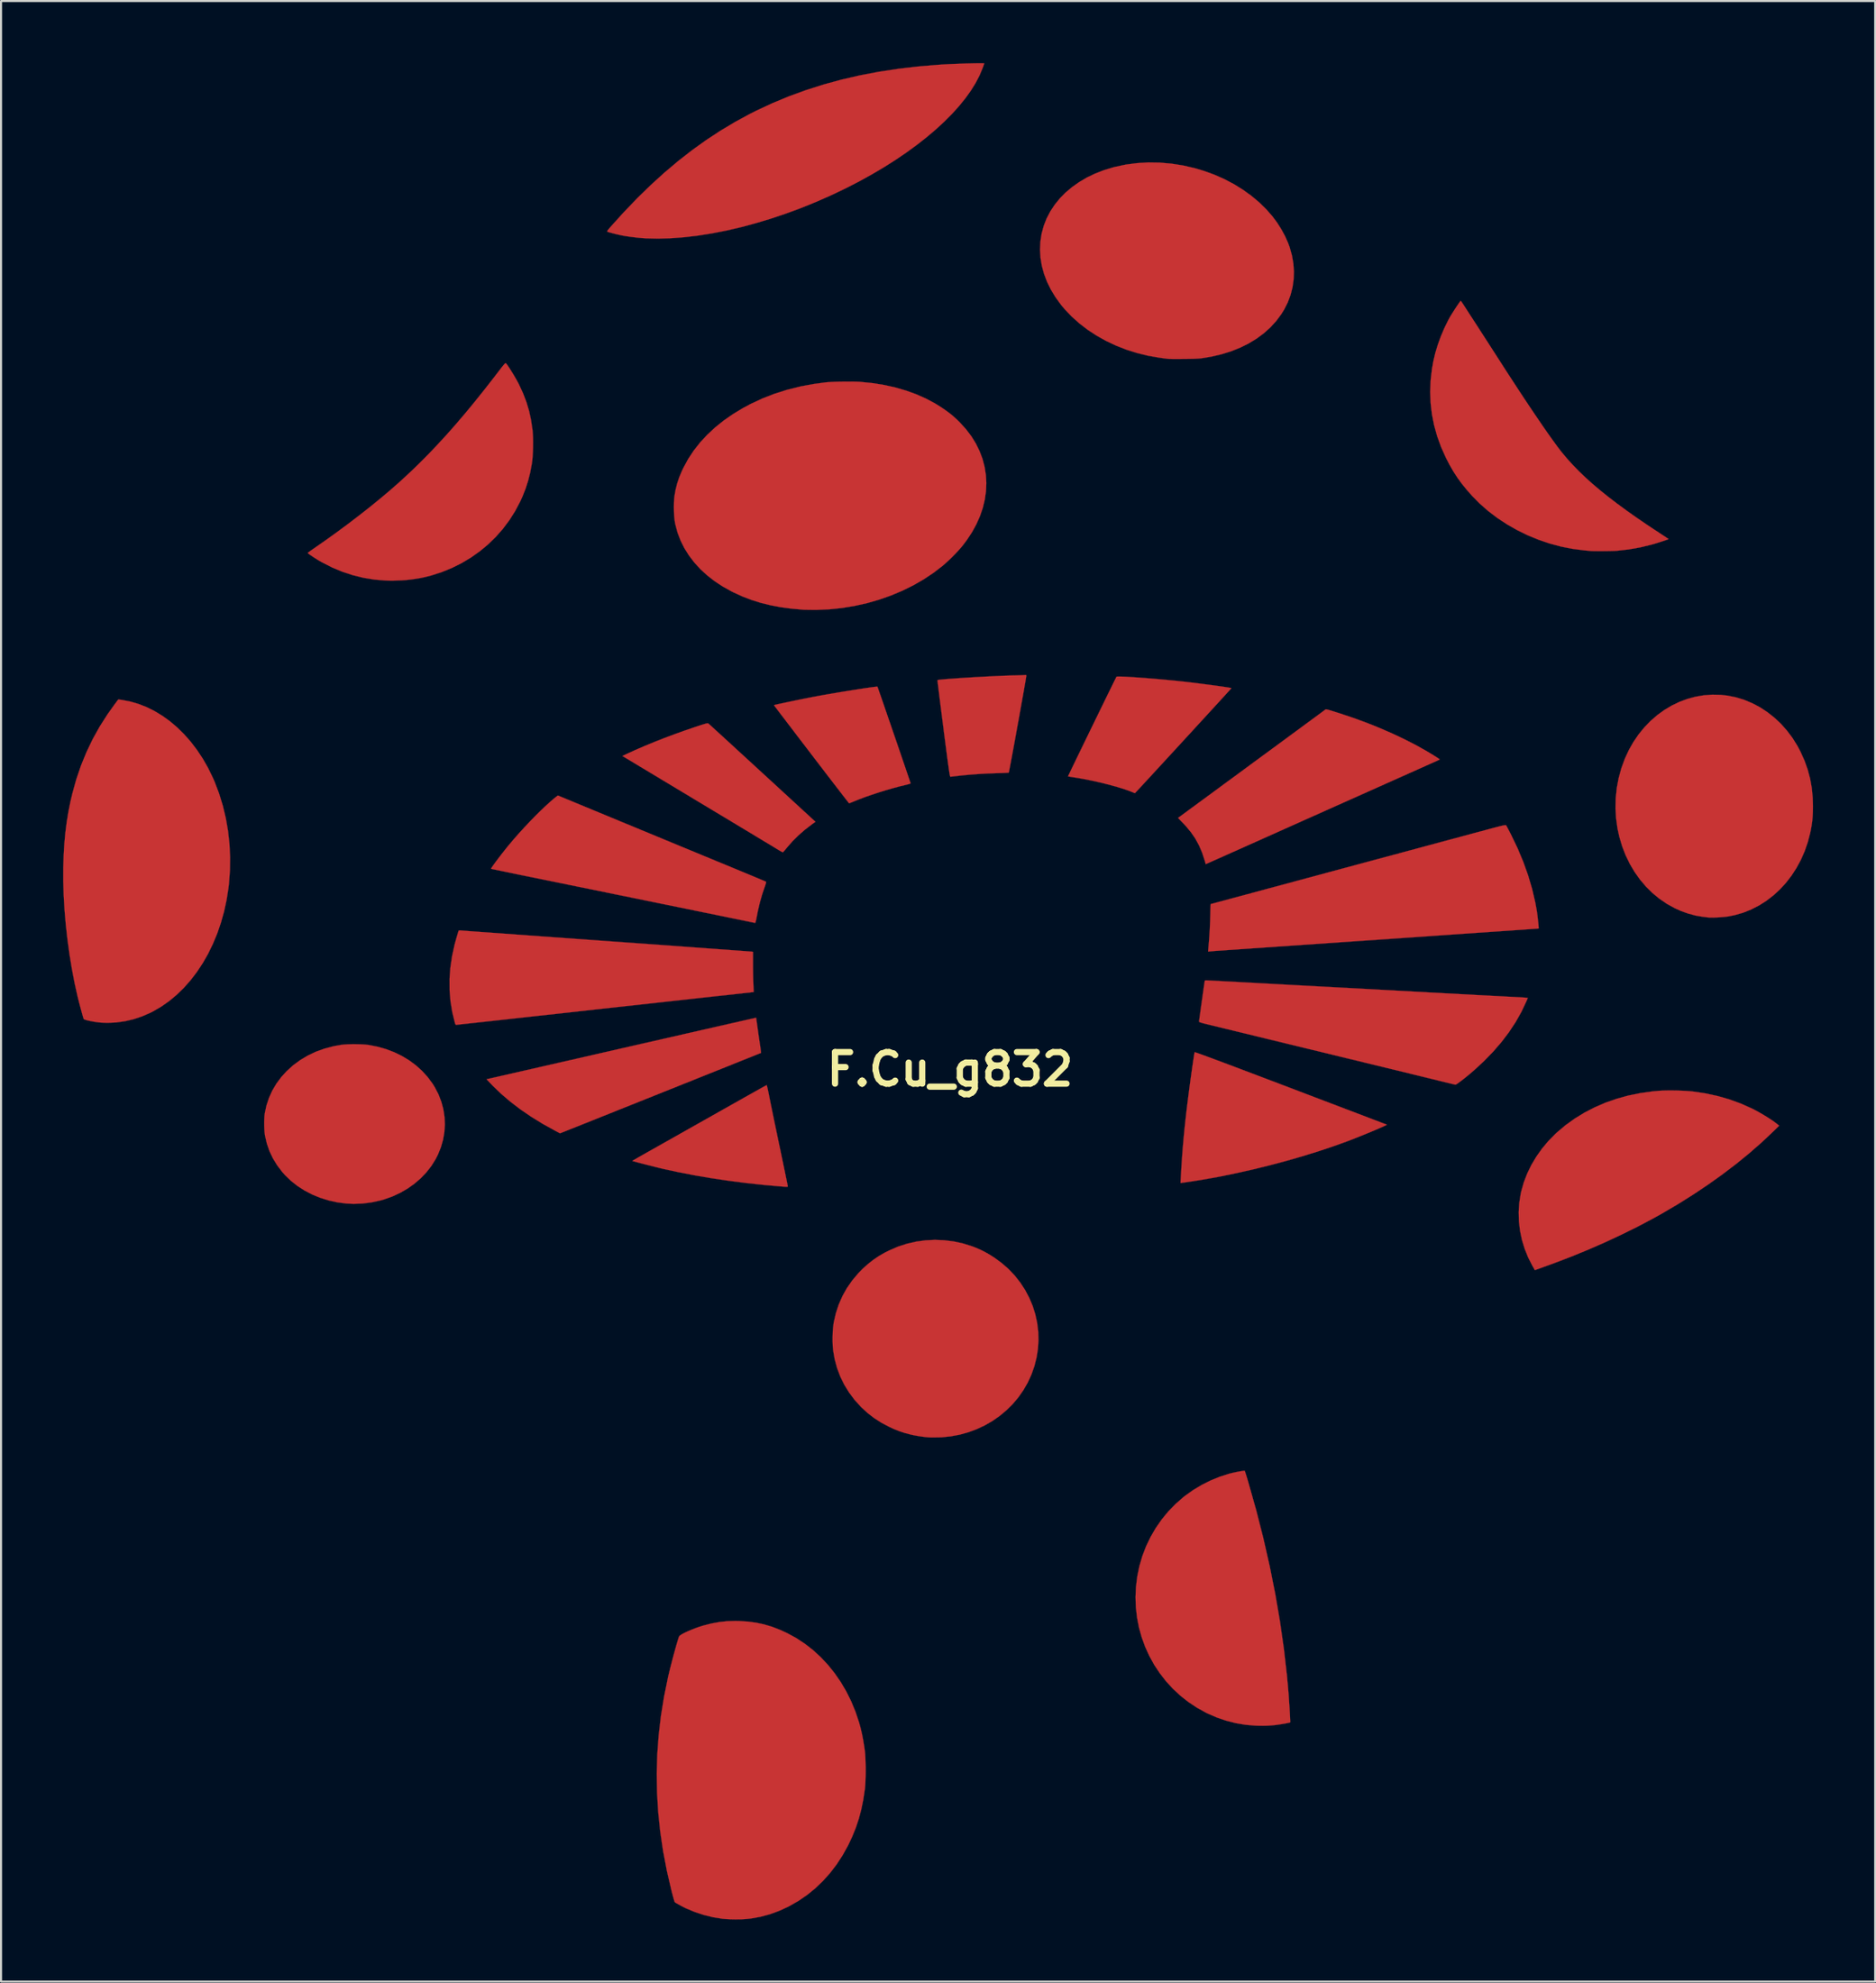
<source format=kicad_pcb>
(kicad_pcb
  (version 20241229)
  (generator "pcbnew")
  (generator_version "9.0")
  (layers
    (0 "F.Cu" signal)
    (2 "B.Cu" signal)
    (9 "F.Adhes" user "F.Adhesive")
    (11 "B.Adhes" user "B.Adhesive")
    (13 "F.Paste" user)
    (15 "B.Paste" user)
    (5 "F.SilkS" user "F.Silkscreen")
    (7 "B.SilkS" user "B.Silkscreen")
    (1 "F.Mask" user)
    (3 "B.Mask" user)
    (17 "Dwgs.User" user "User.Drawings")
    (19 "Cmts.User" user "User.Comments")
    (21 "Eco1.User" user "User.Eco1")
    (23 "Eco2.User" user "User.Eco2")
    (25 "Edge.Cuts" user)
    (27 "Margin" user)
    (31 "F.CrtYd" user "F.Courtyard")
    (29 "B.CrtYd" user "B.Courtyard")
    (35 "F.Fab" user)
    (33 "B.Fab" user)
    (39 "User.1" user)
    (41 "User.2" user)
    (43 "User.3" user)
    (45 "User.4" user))
  (footprint "F.Cu_g832"
    (layer "F.Cu")
    (at 42.819 48.581)
    (property "Reference" "F.Cu_g832" (at 0 0 0) (layer "F.SilkS") (effects (font (size 1.524 1.524) (thickness 0.3))))
    (attr through_hole)
    (fp_poly (pts (xy 35.099 1.024) (xy 35.335 1.032) (xy 35.557 1.043) (xy 35.754 1.058) (xy 35.856 1.068) (xy 36.465 1.158) (xy 37.053 1.285) (xy 37.621 1.448) (xy 38.171 1.648) (xy 38.703 1.884) (xy 38.892 1.981) (xy 39.091 2.09) (xy 39.29 2.206) (xy 39.483 2.325) (xy 39.662 2.441) (xy 39.819 2.551) (xy 39.945 2.649) (xy 39.959 2.66) (xy 40.03 2.72) (xy 39.758 2.987) (xy 39.198 3.515) (xy 38.6 4.039) (xy 37.965 4.557) (xy 37.298 5.065) (xy 36.602 5.562) (xy 35.88 6.045) (xy 35.136 6.512) (xy 34.372 6.961) (xy 33.93 7.207) (xy 33.196 7.595) (xy 32.427 7.975) (xy 31.634 8.345) (xy 30.825 8.699) (xy 30.007 9.035) (xy 29.19 9.347) (xy 28.967 9.429) (xy 28.821 9.482) (xy 28.683 9.531) (xy 28.56 9.576) (xy 28.457 9.614) (xy 28.381 9.641) (xy 28.348 9.653) (xy 28.238 9.693) (xy 28.118 9.481) (xy 27.911 9.075) (xy 27.743 8.655) (xy 27.612 8.225) (xy 27.521 7.787) (xy 27.469 7.344) (xy 27.456 6.9) (xy 27.483 6.458) (xy 27.552 6.021) (xy 27.582 5.884) (xy 27.705 5.452) (xy 27.869 5.027) (xy 28.071 4.612) (xy 28.31 4.211) (xy 28.584 3.825) (xy 28.891 3.458) (xy 29.23 3.114) (xy 29.305 3.044) (xy 29.722 2.693) (xy 30.166 2.374) (xy 30.636 2.086) (xy 31.131 1.831) (xy 31.648 1.608) (xy 32.187 1.42) (xy 32.744 1.266) (xy 33.319 1.148) (xy 33.91 1.065) (xy 34.237 1.035) (xy 34.418 1.026) (xy 34.63 1.021) (xy 34.86 1.02) (xy 35.099 1.024)) (stroke (width 0.01) (type solid)) (fill yes) (layer "F.Cu"))
    (fp_poly (pts (xy -28.639 -1.214) (xy -28.427 -1.208) (xy -28.234 -1.195) (xy -28.081 -1.178) (xy -27.649 -1.095) (xy -27.234 -0.978) (xy -26.838 -0.828) (xy -26.462 -0.645) (xy -26.11 -0.432) (xy -25.783 -0.189) (xy -25.485 0.081) (xy -25.216 0.378) (xy -24.979 0.699) (xy -24.879 0.861) (xy -24.701 1.203) (xy -24.564 1.557) (xy -24.466 1.918) (xy -24.409 2.286) (xy -24.392 2.656) (xy -24.415 3.027) (xy -24.478 3.395) (xy -24.581 3.758) (xy -24.725 4.113) (xy -24.84 4.339) (xy -25.046 4.669) (xy -25.288 4.977) (xy -25.562 5.263) (xy -25.866 5.524) (xy -26.196 5.758) (xy -26.551 5.963) (xy -26.928 6.137) (xy -27.323 6.277) (xy -27.495 6.326) (xy -27.931 6.421) (xy -28.368 6.477) (xy -28.801 6.493) (xy -29.152 6.476) (xy -29.585 6.419) (xy -30.006 6.326) (xy -30.411 6.199) (xy -30.799 6.04) (xy -31.165 5.849) (xy -31.507 5.629) (xy -31.822 5.381) (xy -32.107 5.106) (xy -32.241 4.954) (xy -32.486 4.631) (xy -32.691 4.296) (xy -32.857 3.948) (xy -32.983 3.584) (xy -33.072 3.204) (xy -33.077 3.175) (xy -33.094 3.047) (xy -33.105 2.89) (xy -33.111 2.717) (xy -33.112 2.54) (xy -33.107 2.37) (xy -33.097 2.221) (xy -33.085 2.127) (xy -33.002 1.743) (xy -32.879 1.373) (xy -32.718 1.019) (xy -32.518 0.682) (xy -32.281 0.365) (xy -32.026 0.085) (xy -31.711 -0.2) (xy -31.369 -0.451) (xy -31.003 -0.669) (xy -30.613 -0.853) (xy -30.2 -1.002) (xy -29.764 -1.116) (xy -29.422 -1.178) (xy -29.259 -1.197) (xy -29.066 -1.209) (xy -28.856 -1.215) (xy -28.639 -1.214)) (stroke (width 0.01) (type solid)) (fill yes) (layer "F.Cu"))
    (fp_poly (pts (xy -11.678 -16.703) (xy -11.666 -16.696) (xy -11.647 -16.679) (xy -11.598 -16.635) (xy -11.521 -16.565) (xy -11.418 -16.471) (xy -11.29 -16.354) (xy -11.14 -16.217) (xy -10.968 -16.06) (xy -10.777 -15.884) (xy -10.568 -15.693) (xy -10.343 -15.486) (xy -10.103 -15.266) (xy -9.85 -15.034) (xy -9.586 -14.791) (xy -9.312 -14.54) (xy -9.064 -14.312) (xy -6.499 -11.954) (xy -6.663 -11.836) (xy -7.003 -11.575) (xy -7.319 -11.299) (xy -7.607 -11.014) (xy -7.859 -10.726) (xy -7.872 -10.71) (xy -7.939 -10.628) (xy -7.998 -10.559) (xy -8.044 -10.509) (xy -8.07 -10.485) (xy -8.073 -10.484) (xy -8.098 -10.493) (xy -8.152 -10.521) (xy -8.229 -10.564) (xy -8.322 -10.619) (xy -8.382 -10.656) (xy -8.432 -10.687) (xy -8.517 -10.738) (xy -8.633 -10.808) (xy -8.779 -10.897) (xy -8.953 -11.001) (xy -9.152 -11.121) (xy -9.374 -11.255) (xy -9.617 -11.402) (xy -9.878 -11.559) (xy -10.156 -11.727) (xy -10.449 -11.903) (xy -10.753 -12.086) (xy -11.068 -12.275) (xy -11.39 -12.469) (xy -11.536 -12.556) (xy -11.869 -12.757) (xy -12.201 -12.956) (xy -12.528 -13.153) (xy -12.848 -13.346) (xy -13.159 -13.532) (xy -13.457 -13.712) (xy -13.741 -13.883) (xy -14.007 -14.043) (xy -14.253 -14.191) (xy -14.477 -14.325) (xy -14.675 -14.445) (xy -14.846 -14.547) (xy -14.986 -14.631) (xy -15.093 -14.696) (xy -15.11 -14.706) (xy -15.817 -15.131) (xy -15.608 -15.23) (xy -15.198 -15.417) (xy -14.755 -15.609) (xy -14.286 -15.802) (xy -13.8 -15.994) (xy -13.304 -16.18) (xy -12.808 -16.358) (xy -12.318 -16.525) (xy -12.017 -16.624) (xy -11.895 -16.662) (xy -11.806 -16.688) (xy -11.745 -16.702) (xy -11.704 -16.707) (xy -11.678 -16.703)) (stroke (width 0.01) (type solid)) (fill yes) (layer "F.Cu"))
    (fp_poly (pts (xy -8.845 0.782) (xy -8.831 0.838) (xy -8.81 0.926) (xy -8.785 1.04) (xy -8.756 1.176) (xy -8.726 1.327) (xy -8.715 1.381) (xy -8.686 1.529) (xy -8.649 1.711) (xy -8.606 1.92) (xy -8.559 2.149) (xy -8.51 2.39) (xy -8.458 2.637) (xy -8.407 2.883) (xy -8.359 3.111) (xy -8.282 3.48) (xy -8.209 3.826) (xy -8.142 4.148) (xy -8.08 4.443) (xy -8.025 4.71) (xy -7.975 4.948) (xy -7.933 5.154) (xy -7.897 5.327) (xy -7.869 5.465) (xy -7.848 5.568) (xy -7.836 5.631) (xy -7.832 5.655) (xy -7.842 5.664) (xy -7.877 5.668) (xy -7.942 5.667) (xy -8.041 5.661) (xy -8.086 5.658) (xy -8.963 5.581) (xy -9.836 5.487) (xy -10.699 5.376) (xy -11.546 5.249) (xy -12.37 5.108) (xy -13.165 4.953) (xy -13.803 4.814) (xy -13.918 4.787) (xy -14.054 4.754) (xy -14.203 4.717) (xy -14.362 4.677) (xy -14.525 4.636) (xy -14.687 4.595) (xy -14.841 4.555) (xy -14.984 4.518) (xy -15.11 4.484) (xy -15.213 4.456) (xy -15.288 4.435) (xy -15.33 4.422) (xy -15.337 4.419) (xy -15.32 4.407) (xy -15.27 4.378) (xy -15.191 4.332) (xy -15.086 4.271) (xy -14.96 4.199) (xy -14.815 4.117) (xy -14.656 4.027) (xy -14.566 3.976) (xy -14.11 3.719) (xy -13.668 3.469) (xy -13.231 3.223) (xy -12.795 2.977) (xy -12.353 2.727) (xy -11.898 2.471) (xy -11.425 2.204) (xy -10.927 1.923) (xy -10.449 1.653) (xy -10.211 1.519) (xy -9.983 1.391) (xy -9.769 1.27) (xy -9.571 1.159) (xy -9.391 1.058) (xy -9.232 0.97) (xy -9.098 0.895) (xy -8.99 0.835) (xy -8.912 0.792) (xy -8.865 0.768) (xy -8.854 0.762) (xy -8.845 0.782)) (stroke (width 0.01) (type solid)) (fill yes) (layer "F.Cu"))
    (fp_poly (pts (xy -0.275 8.251) (xy 0.178 8.308) (xy 0.626 8.406) (xy 1.066 8.544) (xy 1.206 8.597) (xy 1.45 8.701) (xy 1.679 8.814) (xy 1.909 8.945) (xy 2.138 9.09) (xy 2.498 9.354) (xy 2.827 9.644) (xy 3.126 9.959) (xy 3.392 10.296) (xy 3.625 10.654) (xy 3.824 11.029) (xy 3.988 11.419) (xy 4.115 11.822) (xy 4.205 12.235) (xy 4.256 12.657) (xy 4.268 13.084) (xy 4.24 13.514) (xy 4.179 13.902) (xy 4.073 14.327) (xy 3.929 14.735) (xy 3.751 15.123) (xy 3.539 15.491) (xy 3.296 15.837) (xy 3.024 16.16) (xy 2.724 16.457) (xy 2.399 16.729) (xy 2.051 16.972) (xy 1.681 17.186) (xy 1.292 17.369) (xy 0.886 17.52) (xy 0.464 17.637) (xy 0.028 17.719) (xy -0.419 17.764) (xy -0.875 17.771) (xy -1.027 17.765) (xy -1.187 17.752) (xy -1.372 17.728) (xy -1.568 17.698) (xy -1.758 17.662) (xy -1.894 17.632) (xy -2.184 17.556) (xy -2.453 17.467) (xy -2.72 17.36) (xy -2.953 17.251) (xy -3.322 17.055) (xy -3.659 16.839) (xy -3.972 16.598) (xy -4.268 16.327) (xy -4.307 16.288) (xy -4.61 15.953) (xy -4.877 15.596) (xy -5.107 15.22) (xy -5.3 14.826) (xy -5.454 14.416) (xy -5.569 13.99) (xy -5.642 13.569) (xy -5.66 13.37) (xy -5.669 13.146) (xy -5.669 12.909) (xy -5.661 12.673) (xy -5.644 12.45) (xy -5.619 12.253) (xy -5.612 12.212) (xy -5.511 11.774) (xy -5.372 11.352) (xy -5.195 10.949) (xy -4.98 10.564) (xy -4.728 10.2) (xy -4.439 9.856) (xy -4.224 9.635) (xy -3.967 9.403) (xy -3.711 9.2) (xy -3.443 9.019) (xy -3.153 8.851) (xy -2.93 8.739) (xy -2.51 8.558) (xy -2.077 8.418) (xy -1.633 8.316) (xy -1.183 8.255) (xy -0.73 8.233) (xy -0.275 8.251)) (stroke (width 0.01) (type solid)) (fill yes) (layer "F.Cu"))
    (fp_poly (pts (xy 37.221 -18.08) (xy 37.538 -18.044) (xy 37.947 -17.962) (xy 38.347 -17.839) (xy 38.733 -17.678) (xy 39.106 -17.481) (xy 39.461 -17.248) (xy 39.797 -16.983) (xy 40.113 -16.686) (xy 40.404 -16.36) (xy 40.671 -16.006) (xy 40.909 -15.625) (xy 41.061 -15.337) (xy 41.255 -14.905) (xy 41.409 -14.472) (xy 41.526 -14.034) (xy 41.606 -13.584) (xy 41.651 -13.118) (xy 41.663 -12.711) (xy 41.659 -12.443) (xy 41.648 -12.203) (xy 41.627 -11.978) (xy 41.595 -11.754) (xy 41.551 -11.518) (xy 41.53 -11.419) (xy 41.412 -10.966) (xy 41.261 -10.53) (xy 41.078 -10.115) (xy 40.865 -9.721) (xy 40.625 -9.351) (xy 40.358 -9.006) (xy 40.066 -8.688) (xy 39.751 -8.399) (xy 39.416 -8.141) (xy 39.06 -7.915) (xy 38.687 -7.723) (xy 38.299 -7.568) (xy 37.896 -7.45) (xy 37.583 -7.387) (xy 37.472 -7.372) (xy 37.338 -7.358) (xy 37.191 -7.347) (xy 37.039 -7.338) (xy 36.894 -7.332) (xy 36.766 -7.33) (xy 36.663 -7.333) (xy 36.618 -7.336) (xy 36.564 -7.342) (xy 36.482 -7.352) (xy 36.386 -7.363) (xy 36.345 -7.368) (xy 36.004 -7.425) (xy 35.652 -7.519) (xy 35.298 -7.645) (xy 34.996 -7.78) (xy 34.614 -7.991) (xy 34.252 -8.237) (xy 33.914 -8.516) (xy 33.601 -8.826) (xy 33.313 -9.165) (xy 33.053 -9.531) (xy 32.822 -9.922) (xy 32.621 -10.336) (xy 32.452 -10.771) (xy 32.317 -11.224) (xy 32.227 -11.631) (xy 32.159 -12.119) (xy 32.13 -12.61) (xy 32.142 -13.101) (xy 32.194 -13.589) (xy 32.285 -14.071) (xy 32.414 -14.541) (xy 32.582 -14.999) (xy 32.77 -15.407) (xy 32.994 -15.803) (xy 33.245 -16.172) (xy 33.522 -16.511) (xy 33.822 -16.821) (xy 34.143 -17.101) (xy 34.483 -17.348) (xy 34.84 -17.561) (xy 35.212 -17.741) (xy 35.597 -17.884) (xy 35.992 -17.991) (xy 36.396 -18.06) (xy 36.806 -18.09) (xy 37.221 -18.08)) (stroke (width 0.01) (type solid)) (fill yes) (layer "F.Cu"))
    (fp_poly (pts (xy 14.227 19.384) (xy 14.228 19.385) (xy 14.238 19.408) (xy 14.258 19.467) (xy 14.286 19.555) (xy 14.32 19.666) (xy 14.36 19.796) (xy 14.393 19.907) (xy 14.778 21.271) (xy 15.125 22.629) (xy 15.432 23.979) (xy 15.7 25.32) (xy 15.929 26.651) (xy 16.118 27.972) (xy 16.267 29.28) (xy 16.318 29.834) (xy 16.33 29.977) (xy 16.343 30.136) (xy 16.355 30.307) (xy 16.367 30.483) (xy 16.379 30.662) (xy 16.391 30.836) (xy 16.401 31.001) (xy 16.409 31.153) (xy 16.416 31.286) (xy 16.421 31.394) (xy 16.424 31.473) (xy 16.424 31.518) (xy 16.423 31.527) (xy 16.396 31.537) (xy 16.335 31.551) (xy 16.248 31.569) (xy 16.142 31.589) (xy 16.026 31.608) (xy 15.907 31.627) (xy 15.793 31.644) (xy 15.706 31.655) (xy 15.5 31.675) (xy 15.303 31.688) (xy 15.102 31.692) (xy 14.882 31.689) (xy 14.721 31.683) (xy 14.256 31.642) (xy 13.787 31.562) (xy 13.323 31.442) (xy 12.868 31.287) (xy 12.429 31.095) (xy 12.358 31.06) (xy 11.917 30.816) (xy 11.503 30.54) (xy 11.116 30.234) (xy 10.757 29.9) (xy 10.428 29.54) (xy 10.129 29.156) (xy 9.861 28.752) (xy 9.626 28.327) (xy 9.425 27.885) (xy 9.258 27.428) (xy 9.126 26.958) (xy 9.032 26.476) (xy 8.975 25.986) (xy 8.957 25.488) (xy 8.979 24.986) (xy 9.04 24.49) (xy 9.143 23.989) (xy 9.285 23.502) (xy 9.466 23.03) (xy 9.683 22.577) (xy 9.935 22.143) (xy 10.222 21.731) (xy 10.541 21.343) (xy 10.892 20.982) (xy 11.274 20.649) (xy 11.351 20.588) (xy 11.738 20.312) (xy 12.151 20.065) (xy 12.582 19.849) (xy 13.025 19.668) (xy 13.472 19.526) (xy 13.473 19.525) (xy 13.58 19.498) (xy 13.698 19.471) (xy 13.82 19.445) (xy 13.939 19.421) (xy 14.046 19.402) (xy 14.135 19.389) (xy 14.197 19.382) (xy 14.227 19.384)) (stroke (width 0.01) (type solid)) (fill yes) (layer "F.Cu"))
    (fp_poly (pts (xy -40.023 -17.841) (xy -39.608 -17.765) (xy -39.198 -17.648) (xy -38.797 -17.492) (xy -38.406 -17.298) (xy -38.027 -17.068) (xy -37.66 -16.803) (xy -37.308 -16.504) (xy -36.973 -16.173) (xy -36.655 -15.811) (xy -36.356 -15.419) (xy -36.079 -15) (xy -35.824 -14.554) (xy -35.594 -14.082) (xy -35.509 -13.888) (xy -35.292 -13.318) (xy -35.111 -12.729) (xy -34.967 -12.124) (xy -34.86 -11.507) (xy -34.791 -10.881) (xy -34.76 -10.248) (xy -34.768 -9.613) (xy -34.814 -8.978) (xy -34.841 -8.749) (xy -34.931 -8.178) (xy -35.051 -7.623) (xy -35.202 -7.084) (xy -35.381 -6.563) (xy -35.588 -6.064) (xy -35.821 -5.586) (xy -36.079 -5.133) (xy -36.362 -4.705) (xy -36.667 -4.306) (xy -36.995 -3.936) (xy -37.343 -3.597) (xy -37.711 -3.292) (xy -38.097 -3.022) (xy -38.5 -2.789) (xy -38.596 -2.741) (xy -38.999 -2.564) (xy -39.413 -2.425) (xy -39.833 -2.326) (xy -40.255 -2.266) (xy -40.678 -2.247) (xy -40.979 -2.258) (xy -41.106 -2.27) (xy -41.241 -2.288) (xy -41.377 -2.31) (xy -41.506 -2.335) (xy -41.622 -2.36) (xy -41.719 -2.386) (xy -41.788 -2.41) (xy -41.823 -2.43) (xy -41.825 -2.433) (xy -41.838 -2.469) (xy -41.86 -2.539) (xy -41.889 -2.638) (xy -41.923 -2.759) (xy -41.961 -2.896) (xy -42 -3.043) (xy -42.039 -3.193) (xy -42.077 -3.34) (xy -42.111 -3.478) (xy -42.12 -3.514) (xy -42.267 -4.172) (xy -42.398 -4.857) (xy -42.513 -5.56) (xy -42.611 -6.274) (xy -42.691 -6.991) (xy -42.752 -7.703) (xy -42.793 -8.402) (xy -42.814 -9.082) (xy -42.813 -9.733) (xy -42.813 -9.747) (xy -42.794 -10.338) (xy -42.761 -10.895) (xy -42.712 -11.426) (xy -42.647 -11.937) (xy -42.565 -12.437) (xy -42.466 -12.93) (xy -42.373 -13.324) (xy -42.182 -14.011) (xy -41.956 -14.674) (xy -41.694 -15.314) (xy -41.397 -15.935) (xy -41.062 -16.538) (xy -40.689 -17.125) (xy -40.365 -17.581) (xy -40.158 -17.858) (xy -40.023 -17.841)) (stroke (width 0.01) (type solid)) (fill yes) (layer "F.Cu"))
    (fp_poly (pts (xy 1.515 -48.576) (xy 1.596 -48.575) (xy 1.642 -48.571) (xy 1.651 -48.568) (xy 1.644 -48.545) (xy 1.626 -48.492) (xy 1.599 -48.416) (xy 1.577 -48.355) (xy 1.427 -47.994) (xy 1.236 -47.628) (xy 1.006 -47.257) (xy 0.738 -46.883) (xy 0.433 -46.508) (xy 0.093 -46.131) (xy -0.282 -45.755) (xy -0.689 -45.38) (xy -1.128 -45.008) (xy -1.597 -44.64) (xy -2.095 -44.276) (xy -2.621 -43.918) (xy -3.173 -43.568) (xy -3.751 -43.226) (xy -4.352 -42.893) (xy -4.976 -42.57) (xy -5.069 -42.524) (xy -5.782 -42.185) (xy -6.502 -41.869) (xy -7.226 -41.577) (xy -7.951 -41.31) (xy -8.675 -41.067) (xy -9.394 -40.851) (xy -10.108 -40.66) (xy -10.812 -40.497) (xy -11.504 -40.362) (xy -12.181 -40.255) (xy -12.842 -40.177) (xy -13.482 -40.129) (xy -14.099 -40.111) (xy -14.692 -40.125) (xy -14.7 -40.125) (xy -14.865 -40.137) (xy -15.056 -40.154) (xy -15.258 -40.177) (xy -15.458 -40.202) (xy -15.641 -40.229) (xy -15.761 -40.249) (xy -15.877 -40.272) (xy -16.004 -40.3) (xy -16.135 -40.33) (xy -16.261 -40.362) (xy -16.374 -40.392) (xy -16.466 -40.418) (xy -16.529 -40.44) (xy -16.549 -40.448) (xy -16.552 -40.466) (xy -16.53 -40.505) (xy -16.483 -40.568) (xy -16.407 -40.657) (xy -16.402 -40.663) (xy -15.753 -41.381) (xy -15.103 -42.059) (xy -14.449 -42.696) (xy -13.791 -43.294) (xy -13.127 -43.854) (xy -12.456 -44.378) (xy -11.775 -44.866) (xy -11.085 -45.319) (xy -10.384 -45.739) (xy -9.669 -46.127) (xy -9.366 -46.28) (xy -8.581 -46.646) (xy -7.776 -46.98) (xy -6.95 -47.281) (xy -6.103 -47.55) (xy -5.234 -47.788) (xy -4.341 -47.993) (xy -3.422 -48.168) (xy -2.478 -48.311) (xy -1.506 -48.424) (xy -0.506 -48.506) (xy -0.381 -48.514) (xy -0.215 -48.523) (xy -0.034 -48.533) (xy 0.157 -48.541) (xy 0.354 -48.549) (xy 0.552 -48.556) (xy 0.747 -48.563) (xy 0.934 -48.568) (xy 1.109 -48.572) (xy 1.267 -48.575) (xy 1.404 -48.576) (xy 1.515 -48.576)) (stroke (width 0.01) (type solid)) (fill yes) (layer "F.Cu"))
    (fp_poly (pts (xy 11.829 -0.825) (xy 11.876 -0.81) (xy 11.954 -0.784) (xy 12.064 -0.745) (xy 12.206 -0.694) (xy 12.38 -0.63) (xy 12.588 -0.553) (xy 12.83 -0.463) (xy 13.106 -0.36) (xy 13.417 -0.243) (xy 13.763 -0.113) (xy 14.146 0.032) (xy 14.566 0.19) (xy 15.023 0.364) (xy 15.518 0.551) (xy 16.051 0.754) (xy 16.397 0.885) (xy 16.82 1.046) (xy 17.233 1.203) (xy 17.634 1.356) (xy 18.022 1.503) (xy 18.394 1.645) (xy 18.75 1.78) (xy 19.086 1.908) (xy 19.401 2.028) (xy 19.695 2.139) (xy 19.963 2.241) (xy 20.206 2.334) (xy 20.421 2.416) (xy 20.607 2.486) (xy 20.761 2.545) (xy 20.882 2.591) (xy 20.968 2.623) (xy 21.018 2.642) (xy 21.029 2.646) (xy 21.093 2.67) (xy 21.029 2.704) (xy 20.954 2.741) (xy 20.845 2.791) (xy 20.706 2.852) (xy 20.545 2.921) (xy 20.365 2.997) (xy 20.173 3.077) (xy 19.973 3.159) (xy 19.771 3.24) (xy 19.573 3.319) (xy 19.383 3.393) (xy 19.208 3.46) (xy 19.166 3.476) (xy 18.472 3.726) (xy 17.743 3.969) (xy 16.986 4.202) (xy 16.21 4.425) (xy 15.42 4.635) (xy 14.626 4.83) (xy 13.833 5.009) (xy 13.05 5.17) (xy 12.283 5.31) (xy 11.54 5.428) (xy 11.232 5.472) (xy 11.129 5.485) (xy 11.143 5.246) (xy 11.157 4.992) (xy 11.17 4.774) (xy 11.182 4.583) (xy 11.193 4.411) (xy 11.204 4.252) (xy 11.215 4.098) (xy 11.227 3.941) (xy 11.24 3.774) (xy 11.241 3.768) (xy 11.276 3.365) (xy 11.318 2.93) (xy 11.366 2.473) (xy 11.419 2.004) (xy 11.442 1.813) (xy 11.466 1.619) (xy 11.492 1.41) (xy 11.52 1.191) (xy 11.55 0.964) (xy 11.58 0.736) (xy 11.611 0.508) (xy 11.642 0.286) (xy 11.672 0.073) (xy 11.7 -0.127) (xy 11.727 -0.31) (xy 11.751 -0.471) (xy 11.772 -0.607) (xy 11.789 -0.714) (xy 11.802 -0.788) (xy 11.811 -0.825) (xy 11.812 -0.827) (xy 11.829 -0.825)) (stroke (width 0.01) (type solid)) (fill yes) (layer "F.Cu"))
    (fp_poly (pts (xy 10.135 -43.778) (xy 10.693 -43.729) (xy 11.253 -43.64) (xy 11.811 -43.512) (xy 12.261 -43.378) (xy 12.761 -43.196) (xy 13.244 -42.983) (xy 13.705 -42.74) (xy 14.142 -42.469) (xy 14.552 -42.173) (xy 14.933 -41.853) (xy 15.28 -41.512) (xy 15.569 -41.18) (xy 15.792 -40.88) (xy 15.996 -40.559) (xy 16.174 -40.23) (xy 16.321 -39.9) (xy 16.399 -39.687) (xy 16.508 -39.295) (xy 16.576 -38.904) (xy 16.602 -38.516) (xy 16.588 -38.133) (xy 16.534 -37.755) (xy 16.439 -37.387) (xy 16.304 -37.028) (xy 16.129 -36.682) (xy 15.988 -36.456) (xy 15.74 -36.124) (xy 15.458 -35.817) (xy 15.143 -35.535) (xy 14.797 -35.28) (xy 14.421 -35.051) (xy 14.016 -34.85) (xy 13.583 -34.676) (xy 13.123 -34.532) (xy 12.637 -34.417) (xy 12.26 -34.351) (xy 12.163 -34.337) (xy 12.066 -34.326) (xy 11.963 -34.318) (xy 11.846 -34.312) (xy 11.708 -34.307) (xy 11.543 -34.304) (xy 11.344 -34.301) (xy 11.314 -34.301) (xy 11.146 -34.3) (xy 10.986 -34.299) (xy 10.842 -34.299) (xy 10.72 -34.3) (xy 10.625 -34.301) (xy 10.564 -34.303) (xy 10.552 -34.304) (xy 10.495 -34.31) (xy 10.406 -34.321) (xy 10.294 -34.335) (xy 10.17 -34.353) (xy 10.082 -34.365) (xy 9.543 -34.461) (xy 9.016 -34.591) (xy 8.503 -34.753) (xy 8.008 -34.948) (xy 7.532 -35.172) (xy 7.079 -35.426) (xy 6.651 -35.706) (xy 6.25 -36.013) (xy 5.879 -36.344) (xy 5.541 -36.698) (xy 5.352 -36.925) (xy 5.09 -37.286) (xy 4.867 -37.655) (xy 4.683 -38.031) (xy 4.539 -38.413) (xy 4.434 -38.798) (xy 4.37 -39.186) (xy 4.346 -39.575) (xy 4.364 -39.962) (xy 4.423 -40.347) (xy 4.427 -40.365) (xy 4.528 -40.734) (xy 4.668 -41.089) (xy 4.845 -41.428) (xy 5.058 -41.75) (xy 5.305 -42.054) (xy 5.585 -42.338) (xy 5.896 -42.6) (xy 6.237 -42.84) (xy 6.606 -43.057) (xy 7.002 -43.248) (xy 7.424 -43.412) (xy 7.869 -43.548) (xy 7.959 -43.571) (xy 8.49 -43.684) (xy 9.031 -43.755) (xy 9.58 -43.787) (xy 10.135 -43.778)) (stroke (width 0.01) (type solid)) (fill yes) (layer "F.Cu"))
    (fp_poly (pts (xy 3.682 -19.02) (xy 3.683 -19.008) (xy 3.679 -18.977) (xy 3.669 -18.909) (xy 3.652 -18.805) (xy 3.629 -18.671) (xy 3.6 -18.509) (xy 3.568 -18.321) (xy 3.531 -18.113) (xy 3.49 -17.885) (xy 3.447 -17.643) (xy 3.401 -17.389) (xy 3.354 -17.126) (xy 3.306 -16.857) (xy 3.256 -16.587) (xy 3.207 -16.317) (xy 3.159 -16.052) (xy 3.112 -15.794) (xy 3.066 -15.546) (xy 3.023 -15.313) (xy 2.983 -15.096) (xy 2.946 -14.9) (xy 2.914 -14.728) (xy 2.886 -14.582) (xy 2.864 -14.466) (xy 2.847 -14.383) (xy 2.837 -14.337) (xy 2.834 -14.328) (xy 2.808 -14.324) (xy 2.745 -14.32) (xy 2.652 -14.315) (xy 2.533 -14.31) (xy 2.396 -14.306) (xy 2.248 -14.302) (xy 1.804 -14.286) (xy 1.358 -14.261) (xy 0.927 -14.228) (xy 0.664 -14.203) (xy 0.483 -14.184) (xy 0.326 -14.166) (xy 0.198 -14.151) (xy 0.101 -14.139) (xy 0.042 -14.131) (xy 0.031 -14.129) (xy 0.024 -14.128) (xy 0.017 -14.132) (xy 0.011 -14.141) (xy 0.004 -14.159) (xy -0.004 -14.188) (xy -0.013 -14.229) (xy -0.023 -14.286) (xy -0.036 -14.361) (xy -0.05 -14.455) (xy -0.067 -14.571) (xy -0.086 -14.712) (xy -0.109 -14.879) (xy -0.135 -15.075) (xy -0.165 -15.303) (xy -0.199 -15.564) (xy -0.237 -15.861) (xy -0.281 -16.196) (xy -0.313 -16.45) (xy -0.353 -16.76) (xy -0.391 -17.057) (xy -0.427 -17.34) (xy -0.461 -17.606) (xy -0.492 -17.851) (xy -0.52 -18.075) (xy -0.544 -18.273) (xy -0.565 -18.443) (xy -0.582 -18.583) (xy -0.594 -18.689) (xy -0.601 -18.759) (xy -0.604 -18.791) (xy -0.604 -18.792) (xy -0.576 -18.8) (xy -0.51 -18.809) (xy -0.409 -18.82) (xy -0.276 -18.833) (xy -0.116 -18.846) (xy 0.069 -18.86) (xy 0.275 -18.875) (xy 0.497 -18.89) (xy 0.734 -18.906) (xy 0.98 -18.921) (xy 1.232 -18.936) (xy 1.487 -18.95) (xy 1.742 -18.964) (xy 1.991 -18.977) (xy 2.233 -18.989) (xy 2.463 -18.999) (xy 2.678 -19.008) (xy 2.874 -19.014) (xy 3.037 -19.019) (xy 3.186 -19.022) (xy 3.323 -19.026) (xy 3.443 -19.03) (xy 3.537 -19.034) (xy 3.601 -19.038) (xy 3.625 -19.04) (xy 3.668 -19.041) (xy 3.682 -19.02)) (stroke (width 0.01) (type solid)) (fill yes) (layer "F.Cu"))
    (fp_poly (pts (xy -21.447 -34.095) (xy -21.413 -34.057) (xy -21.361 -33.987) (xy -21.297 -33.892) (xy -21.223 -33.778) (xy -21.144 -33.651) (xy -21.062 -33.517) (xy -20.983 -33.381) (xy -20.909 -33.249) (xy -20.843 -33.129) (xy -20.812 -33.067) (xy -20.614 -32.638) (xy -20.453 -32.215) (xy -20.325 -31.788) (xy -20.229 -31.347) (xy -20.161 -30.884) (xy -20.16 -30.882) (xy -20.145 -30.705) (xy -20.135 -30.499) (xy -20.132 -30.275) (xy -20.134 -30.042) (xy -20.141 -29.811) (xy -20.153 -29.593) (xy -20.17 -29.398) (xy -20.19 -29.249) (xy -20.271 -28.82) (xy -20.372 -28.419) (xy -20.495 -28.036) (xy -20.643 -27.66) (xy -20.755 -27.415) (xy -21 -26.952) (xy -21.279 -26.512) (xy -21.59 -26.097) (xy -21.932 -25.709) (xy -22.303 -25.348) (xy -22.702 -25.017) (xy -23.126 -24.716) (xy -23.573 -24.448) (xy -24.043 -24.213) (xy -24.533 -24.013) (xy -25.041 -23.849) (xy -25.347 -23.77) (xy -25.555 -23.726) (xy -25.784 -23.687) (xy -26.02 -23.653) (xy -26.248 -23.628) (xy -26.453 -23.612) (xy -26.501 -23.61) (xy -26.616 -23.606) (xy -26.721 -23.602) (xy -26.806 -23.598) (xy -26.861 -23.595) (xy -26.871 -23.594) (xy -26.914 -23.593) (xy -26.99 -23.594) (xy -27.09 -23.596) (xy -27.205 -23.601) (xy -27.263 -23.603) (xy -27.792 -23.648) (xy -28.317 -23.734) (xy -28.834 -23.861) (xy -29.342 -24.028) (xy -29.837 -24.234) (xy -30.318 -24.48) (xy -30.451 -24.555) (xy -30.548 -24.614) (xy -30.649 -24.677) (xy -30.749 -24.742) (xy -30.841 -24.804) (xy -30.919 -24.858) (xy -30.976 -24.901) (xy -31.006 -24.927) (xy -31.009 -24.932) (xy -30.993 -24.949) (xy -30.947 -24.984) (xy -30.879 -25.034) (xy -30.793 -25.094) (xy -30.75 -25.125) (xy -30.188 -25.516) (xy -29.631 -25.915) (xy -29.083 -26.32) (xy -28.55 -26.727) (xy -28.035 -27.131) (xy -27.543 -27.53) (xy -27.078 -27.921) (xy -26.646 -28.298) (xy -26.47 -28.457) (xy -26.029 -28.867) (xy -25.593 -29.288) (xy -25.161 -29.725) (xy -24.729 -30.179) (xy -24.295 -30.652) (xy -23.856 -31.149) (xy -23.411 -31.671) (xy -22.956 -32.222) (xy -22.489 -32.805) (xy -22.008 -33.421) (xy -21.76 -33.744) (xy -21.663 -33.871) (xy -21.587 -33.966) (xy -21.531 -34.033) (xy -21.491 -34.075) (xy -21.464 -34.095) (xy -21.448 -34.096) (xy -21.447 -34.095)) (stroke (width 0.01) (type solid)) (fill yes) (layer "F.Cu"))
    (fp_poly (pts (xy -3.505 -18.475) (xy -3.497 -18.454) (xy -3.476 -18.396) (xy -3.444 -18.303) (xy -3.401 -18.18) (xy -3.348 -18.029) (xy -3.288 -17.853) (xy -3.219 -17.656) (xy -3.145 -17.439) (xy -3.065 -17.207) (xy -2.981 -16.962) (xy -2.893 -16.708) (xy -2.804 -16.447) (xy -2.713 -16.183) (xy -2.622 -15.918) (xy -2.532 -15.656) (xy -2.444 -15.399) (xy -2.359 -15.151) (xy -2.279 -14.915) (xy -2.203 -14.694) (xy -2.134 -14.49) (xy -2.071 -14.307) (xy -2.017 -14.148) (xy -1.973 -14.017) (xy -1.939 -13.915) (xy -1.916 -13.846) (xy -1.905 -13.814) (xy -1.905 -13.811) (xy -1.924 -13.798) (xy -1.977 -13.779) (xy -2.053 -13.757) (xy -2.122 -13.74) (xy -2.433 -13.664) (xy -2.764 -13.574) (xy -3.105 -13.476) (xy -3.447 -13.37) (xy -3.78 -13.26) (xy -4.096 -13.15) (xy -4.384 -13.042) (xy -4.519 -12.987) (xy -4.63 -12.942) (xy -4.728 -12.903) (xy -4.805 -12.872) (xy -4.856 -12.853) (xy -4.872 -12.848) (xy -4.886 -12.865) (xy -4.925 -12.913) (xy -4.986 -12.991) (xy -5.069 -13.097) (xy -5.171 -13.229) (xy -5.292 -13.386) (xy -5.43 -13.564) (xy -5.583 -13.763) (xy -5.75 -13.98) (xy -5.93 -14.214) (xy -6.12 -14.463) (xy -6.32 -14.724) (xy -6.529 -14.996) (xy -6.695 -15.214) (xy -6.908 -15.493) (xy -7.114 -15.763) (xy -7.312 -16.021) (xy -7.499 -16.267) (xy -7.675 -16.498) (xy -7.838 -16.711) (xy -7.986 -16.906) (xy -8.119 -17.08) (xy -8.234 -17.231) (xy -8.33 -17.358) (xy -8.406 -17.459) (xy -8.461 -17.531) (xy -8.492 -17.573) (xy -8.5 -17.583) (xy -8.477 -17.591) (xy -8.418 -17.605) (xy -8.327 -17.627) (xy -8.207 -17.653) (xy -8.064 -17.684) (xy -7.902 -17.719) (xy -7.726 -17.756) (xy -7.54 -17.794) (xy -7.349 -17.834) (xy -7.157 -17.873) (xy -6.969 -17.911) (xy -6.789 -17.946) (xy -6.623 -17.979) (xy -6.473 -18.007) (xy -6.456 -18.01) (xy -6.249 -18.048) (xy -6.027 -18.088) (xy -5.795 -18.128) (xy -5.557 -18.169) (xy -5.316 -18.21) (xy -5.075 -18.25) (xy -4.838 -18.288) (xy -4.61 -18.324) (xy -4.393 -18.358) (xy -4.191 -18.389) (xy -4.009 -18.416) (xy -3.848 -18.439) (xy -3.714 -18.457) (xy -3.61 -18.47) (xy -3.54 -18.476) (xy -3.507 -18.476) (xy -3.505 -18.475)) (stroke (width 0.01) (type solid)) (fill yes) (layer "F.Cu"))
    (fp_poly (pts (xy -9.36 -2.47) (xy -9.351 -2.413) (xy -9.339 -2.327) (xy -9.324 -2.219) (xy -9.307 -2.094) (xy -9.304 -2.074) (xy -9.281 -1.91) (xy -9.255 -1.722) (xy -9.227 -1.527) (xy -9.199 -1.342) (xy -9.183 -1.232) (xy -9.163 -1.103) (xy -9.147 -0.989) (xy -9.135 -0.896) (xy -9.127 -0.83) (xy -9.125 -0.798) (xy -9.125 -0.797) (xy -9.145 -0.788) (xy -9.202 -0.765) (xy -9.294 -0.728) (xy -9.42 -0.678) (xy -9.576 -0.615) (xy -9.762 -0.541) (xy -9.974 -0.456) (xy -10.212 -0.36) (xy -10.472 -0.256) (xy -10.753 -0.143) (xy -11.054 -0.023) (xy -11.37 0.104) (xy -11.702 0.236) (xy -12.046 0.374) (xy -12.4 0.516) (xy -12.764 0.661) (xy -13.133 0.809) (xy -13.507 0.959) (xy -13.884 1.11) (xy -14.261 1.26) (xy -14.636 1.41) (xy -15.007 1.559) (xy -15.372 1.705) (xy -15.73 1.848) (xy -16.077 1.987) (xy -16.413 2.121) (xy -16.735 2.25) (xy -17.04 2.372) (xy -17.327 2.487) (xy -17.595 2.594) (xy -17.839 2.692) (xy -18.06 2.78) (xy -18.254 2.857) (xy -18.42 2.923) (xy -18.555 2.977) (xy -18.658 3.018) (xy -18.727 3.045) (xy -18.733 3.048) (xy -18.83 3.086) (xy -19.072 2.958) (xy -19.663 2.631) (xy -20.218 2.289) (xy -20.738 1.934) (xy -21.221 1.566) (xy -21.664 1.188) (xy -22.069 0.799) (xy -22.133 0.732) (xy -22.376 0.477) (xy -22.306 0.462) (xy -22.28 0.456) (xy -22.214 0.441) (xy -22.11 0.417) (xy -21.97 0.385) (xy -21.795 0.345) (xy -21.586 0.297) (xy -21.346 0.243) (xy -21.076 0.181) (xy -20.776 0.113) (xy -20.45 0.038) (xy -20.099 -0.042) (xy -19.724 -0.128) (xy -19.326 -0.219) (xy -18.908 -0.314) (xy -18.471 -0.414) (xy -18.017 -0.518) (xy -17.546 -0.626) (xy -17.061 -0.737) (xy -16.564 -0.85) (xy -16.055 -0.967) (xy -15.802 -1.025) (xy -15.289 -1.142) (xy -14.787 -1.257) (xy -14.298 -1.368) (xy -13.822 -1.477) (xy -13.361 -1.582) (xy -12.918 -1.683) (xy -12.493 -1.78) (xy -12.088 -1.873) (xy -11.705 -1.96) (xy -11.345 -2.042) (xy -11.01 -2.118) (xy -10.702 -2.189) (xy -10.421 -2.253) (xy -10.17 -2.31) (xy -9.949 -2.36) (xy -9.762 -2.402) (xy -9.609 -2.437) (xy -9.491 -2.463) (xy -9.411 -2.481) (xy -9.369 -2.49) (xy -9.364 -2.491) (xy -9.36 -2.47)) (stroke (width 0.01) (type solid)) (fill yes) (layer "F.Cu"))
    (fp_poly (pts (xy -4.689 -33.205) (xy -4.508 -33.201) (xy -4.354 -33.194) (xy -4.316 -33.191) (xy -3.744 -33.133) (xy -3.187 -33.044) (xy -2.648 -32.924) (xy -2.13 -32.774) (xy -1.635 -32.595) (xy -1.166 -32.388) (xy -0.727 -32.154) (xy -0.413 -31.958) (xy -0.204 -31.814) (xy -0.023 -31.68) (xy 0.143 -31.545) (xy 0.303 -31.401) (xy 0.466 -31.242) (xy 0.764 -30.915) (xy 1.024 -30.574) (xy 1.244 -30.22) (xy 1.424 -29.854) (xy 1.566 -29.48) (xy 1.667 -29.097) (xy 1.729 -28.707) (xy 1.752 -28.313) (xy 1.735 -27.915) (xy 1.679 -27.515) (xy 1.583 -27.115) (xy 1.447 -26.716) (xy 1.271 -26.32) (xy 1.056 -25.929) (xy 0.801 -25.543) (xy 0.606 -25.286) (xy 0.494 -25.153) (xy 0.357 -25.002) (xy 0.204 -24.842) (xy 0.044 -24.681) (xy -0.116 -24.529) (xy -0.266 -24.392) (xy -0.357 -24.314) (xy -0.804 -23.971) (xy -1.282 -23.654) (xy -1.786 -23.365) (xy -2.315 -23.105) (xy -2.865 -22.875) (xy -3.433 -22.676) (xy -4.015 -22.509) (xy -4.608 -22.376) (xy -5.21 -22.277) (xy -5.816 -22.214) (xy -6.425 -22.187) (xy -6.646 -22.187) (xy -6.775 -22.188) (xy -6.896 -22.19) (xy -7 -22.192) (xy -7.078 -22.195) (xy -7.112 -22.197) (xy -7.662 -22.246) (xy -8.18 -22.316) (xy -8.67 -22.409) (xy -9.137 -22.525) (xy -9.585 -22.665) (xy -10.02 -22.832) (xy -10.446 -23.026) (xy -10.546 -23.076) (xy -10.969 -23.311) (xy -11.362 -23.569) (xy -11.723 -23.849) (xy -12.05 -24.15) (xy -12.344 -24.47) (xy -12.602 -24.809) (xy -12.825 -25.164) (xy -13.009 -25.534) (xy -13.156 -25.918) (xy -13.262 -26.315) (xy -13.273 -26.364) (xy -13.299 -26.529) (xy -13.318 -26.723) (xy -13.329 -26.935) (xy -13.333 -27.153) (xy -13.329 -27.365) (xy -13.317 -27.559) (xy -13.305 -27.671) (xy -13.25 -27.984) (xy -13.174 -28.284) (xy -13.074 -28.583) (xy -12.945 -28.891) (xy -12.869 -29.051) (xy -12.64 -29.472) (xy -12.373 -29.877) (xy -12.067 -30.265) (xy -11.725 -30.636) (xy -11.347 -30.988) (xy -10.934 -31.32) (xy -10.486 -31.633) (xy -10.005 -31.924) (xy -9.64 -32.12) (xy -9.072 -32.386) (xy -8.482 -32.616) (xy -7.869 -32.81) (xy -7.233 -32.969) (xy -6.575 -33.092) (xy -6.001 -33.169) (xy -5.87 -33.18) (xy -5.706 -33.189) (xy -5.517 -33.197) (xy -5.312 -33.202) (xy -5.099 -33.205) (xy -4.889 -33.206) (xy -4.689 -33.205)) (stroke (width 0.01) (type solid)) (fill yes) (layer "F.Cu"))
    (fp_poly (pts (xy 8.232 -18.965) (xy 8.365 -18.96) (xy 8.526 -18.953) (xy 8.713 -18.942) (xy 8.923 -18.928) (xy 9.15 -18.912) (xy 9.394 -18.894) (xy 9.649 -18.874) (xy 9.913 -18.852) (xy 10.182 -18.828) (xy 10.453 -18.803) (xy 10.722 -18.777) (xy 10.987 -18.751) (xy 11.244 -18.723) (xy 11.367 -18.71) (xy 11.553 -18.688) (xy 11.753 -18.665) (xy 11.96 -18.639) (xy 12.172 -18.612) (xy 12.384 -18.584) (xy 12.592 -18.557) (xy 12.791 -18.53) (xy 12.977 -18.504) (xy 13.146 -18.48) (xy 13.293 -18.458) (xy 13.415 -18.438) (xy 13.508 -18.423) (xy 13.566 -18.411) (xy 13.585 -18.405) (xy 13.572 -18.389) (xy 13.531 -18.344) (xy 13.466 -18.272) (xy 13.377 -18.175) (xy 13.268 -18.054) (xy 13.138 -17.913) (xy 12.991 -17.752) (xy 12.828 -17.574) (xy 12.651 -17.381) (xy 12.462 -17.175) (xy 12.263 -16.957) (xy 12.055 -16.731) (xy 11.84 -16.497) (xy 11.621 -16.258) (xy 11.398 -16.016) (xy 11.175 -15.773) (xy 10.952 -15.53) (xy 10.731 -15.291) (xy 10.515 -15.056) (xy 10.305 -14.827) (xy 10.103 -14.608) (xy 9.911 -14.4) (xy 9.731 -14.204) (xy 9.564 -14.023) (xy 9.412 -13.858) (xy 9.277 -13.713) (xy 9.162 -13.588) (xy 9.067 -13.486) (xy 8.995 -13.409) (xy 8.948 -13.358) (xy 8.927 -13.337) (xy 8.926 -13.336) (xy 8.906 -13.344) (xy 8.857 -13.364) (xy 8.795 -13.39) (xy 8.59 -13.468) (xy 8.35 -13.55) (xy 8.081 -13.632) (xy 7.788 -13.714) (xy 7.479 -13.795) (xy 7.16 -13.872) (xy 6.836 -13.943) (xy 6.516 -14.008) (xy 6.203 -14.064) (xy 6.002 -14.096) (xy 5.895 -14.113) (xy 5.804 -14.128) (xy 5.737 -14.14) (xy 5.702 -14.147) (xy 5.698 -14.149) (xy 5.707 -14.168) (xy 5.732 -14.223) (xy 5.774 -14.31) (xy 5.83 -14.427) (xy 5.899 -14.57) (xy 5.98 -14.738) (xy 6.072 -14.928) (xy 6.172 -15.136) (xy 6.281 -15.36) (xy 6.396 -15.597) (xy 6.516 -15.844) (xy 6.64 -16.099) (xy 6.766 -16.359) (xy 6.894 -16.621) (xy 7.021 -16.882) (xy 7.147 -17.139) (xy 7.269 -17.391) (xy 7.388 -17.633) (xy 7.5 -17.864) (xy 7.606 -18.08) (xy 7.703 -18.278) (xy 7.791 -18.457) (xy 7.867 -18.613) (xy 7.931 -18.743) (xy 7.982 -18.844) (xy 8.017 -18.915) (xy 8.036 -18.951) (xy 8.039 -18.956) (xy 8.065 -18.963) (xy 8.131 -18.966) (xy 8.232 -18.965)) (stroke (width 0.01) (type solid)) (fill yes) (layer "F.Cu"))
    (fp_poly (pts (xy -23.582 -6.702) (xy -23.55 -6.699) (xy -23.478 -6.694) (xy -23.366 -6.686) (xy -23.217 -6.675) (xy -23.032 -6.661) (xy -22.814 -6.645) (xy -22.562 -6.627) (xy -22.28 -6.606) (xy -21.968 -6.584) (xy -21.628 -6.559) (xy -21.263 -6.533) (xy -20.872 -6.504) (xy -20.459 -6.474) (xy -20.024 -6.443) (xy -19.57 -6.41) (xy -19.097 -6.376) (xy -18.608 -6.341) (xy -18.104 -6.304) (xy -17.587 -6.267) (xy -17.058 -6.229) (xy -16.542 -6.191) (xy -16.004 -6.152) (xy -15.477 -6.114) (xy -14.962 -6.077) (xy -14.46 -6.041) (xy -13.974 -6.006) (xy -13.505 -5.972) (xy -13.055 -5.939) (xy -12.625 -5.908) (xy -12.216 -5.878) (xy -11.83 -5.85) (xy -11.47 -5.823) (xy -11.136 -5.799) (xy -10.829 -5.777) (xy -10.553 -5.756) (xy -10.307 -5.738) (xy -10.095 -5.722) (xy -9.916 -5.709) (xy -9.774 -5.698) (xy -9.669 -5.69) (xy -9.603 -5.685) (xy -9.578 -5.683) (xy -9.514 -5.673) (xy -9.514 -5.107) (xy -9.514 -4.927) (xy -9.512 -4.735) (xy -9.509 -4.542) (xy -9.505 -4.362) (xy -9.5 -4.205) (xy -9.497 -4.138) (xy -9.48 -3.735) (xy -11.36 -3.528) (xy -11.696 -3.49) (xy -12.064 -3.45) (xy -12.454 -3.407) (xy -12.858 -3.362) (xy -13.268 -3.317) (xy -13.676 -3.272) (xy -14.073 -3.228) (xy -14.451 -3.186) (xy -14.801 -3.147) (xy -15.039 -3.121) (xy -15.271 -3.095) (xy -15.541 -3.065) (xy -15.846 -3.032) (xy -16.18 -2.995) (xy -16.54 -2.955) (xy -16.923 -2.913) (xy -17.323 -2.869) (xy -17.738 -2.823) (xy -18.162 -2.776) (xy -18.592 -2.729) (xy -19.025 -2.681) (xy -19.455 -2.634) (xy -19.879 -2.587) (xy -20.293 -2.542) (xy -20.299 -2.541) (xy -20.678 -2.499) (xy -21.046 -2.459) (xy -21.401 -2.419) (xy -21.741 -2.382) (xy -22.063 -2.346) (xy -22.365 -2.313) (xy -22.645 -2.282) (xy -22.901 -2.254) (xy -23.13 -2.229) (xy -23.33 -2.207) (xy -23.499 -2.188) (xy -23.634 -2.173) (xy -23.734 -2.162) (xy -23.796 -2.155) (xy -23.817 -2.152) (xy -23.852 -2.152) (xy -23.875 -2.168) (xy -23.893 -2.209) (xy -23.906 -2.253) (xy -24.033 -2.771) (xy -24.118 -3.296) (xy -24.161 -3.829) (xy -24.163 -4.369) (xy -24.123 -4.915) (xy -24.041 -5.468) (xy -23.918 -6.028) (xy -23.83 -6.347) (xy -23.798 -6.455) (xy -23.77 -6.55) (xy -23.748 -6.624) (xy -23.735 -6.669) (xy -23.733 -6.675) (xy -23.722 -6.696) (xy -23.699 -6.706) (xy -23.653 -6.707) (xy -23.582 -6.702)) (stroke (width 0.01) (type solid)) (fill yes) (layer "F.Cu"))
    (fp_poly (pts (xy -10.192 26.635) (xy -9.768 26.661) (xy -9.367 26.714) (xy -8.98 26.797) (xy -8.598 26.911) (xy -8.213 27.059) (xy -7.863 27.22) (xy -7.427 27.457) (xy -7.011 27.731) (xy -6.616 28.039) (xy -6.244 28.38) (xy -5.896 28.751) (xy -5.574 29.152) (xy -5.278 29.58) (xy -5.011 30.033) (xy -4.774 30.51) (xy -4.568 31.009) (xy -4.394 31.528) (xy -4.329 31.761) (xy -4.257 32.062) (xy -4.192 32.394) (xy -4.135 32.745) (xy -4.114 32.904) (xy -4.098 33.059) (xy -4.087 33.247) (xy -4.079 33.46) (xy -4.074 33.686) (xy -4.074 33.919) (xy -4.077 34.148) (xy -4.084 34.365) (xy -4.094 34.56) (xy -4.109 34.725) (xy -4.114 34.766) (xy -4.19 35.267) (xy -4.287 35.738) (xy -4.406 36.186) (xy -4.551 36.619) (xy -4.723 37.044) (xy -4.922 37.466) (xy -5.184 37.939) (xy -5.475 38.385) (xy -5.793 38.801) (xy -6.138 39.187) (xy -6.509 39.541) (xy -6.903 39.862) (xy -7.32 40.148) (xy -7.758 40.398) (xy -7.832 40.436) (xy -8.271 40.636) (xy -8.71 40.795) (xy -9.153 40.914) (xy -9.602 40.995) (xy -9.809 41.019) (xy -9.974 41.031) (xy -10.168 41.038) (xy -10.376 41.039) (xy -10.586 41.035) (xy -10.783 41.026) (xy -10.955 41.013) (xy -10.982 41.01) (xy -11.438 40.937) (xy -11.895 40.824) (xy -12.348 40.673) (xy -12.728 40.514) (xy -12.812 40.474) (xy -12.908 40.425) (xy -13.009 40.372) (xy -13.106 40.319) (xy -13.19 40.271) (xy -13.254 40.233) (xy -13.288 40.208) (xy -13.288 40.208) (xy -13.3 40.181) (xy -13.321 40.119) (xy -13.348 40.027) (xy -13.38 39.912) (xy -13.416 39.778) (xy -13.45 39.644) (xy -13.672 38.689) (xy -13.852 37.742) (xy -13.99 36.802) (xy -14.088 35.867) (xy -14.144 34.937) (xy -14.16 34.009) (xy -14.134 33.083) (xy -14.066 32.158) (xy -13.958 31.231) (xy -13.809 30.302) (xy -13.619 29.369) (xy -13.597 29.273) (xy -13.557 29.106) (xy -13.512 28.92) (xy -13.461 28.722) (xy -13.408 28.518) (xy -13.354 28.313) (xy -13.299 28.113) (xy -13.247 27.923) (xy -13.198 27.751) (xy -13.153 27.601) (xy -13.116 27.48) (xy -13.086 27.393) (xy -13.082 27.382) (xy -13.051 27.345) (xy -12.984 27.297) (xy -12.888 27.241) (xy -12.766 27.18) (xy -12.626 27.116) (xy -12.47 27.05) (xy -12.306 26.986) (xy -12.137 26.926) (xy -11.97 26.872) (xy -11.899 26.851) (xy -11.512 26.752) (xy -11.138 26.684) (xy -10.766 26.644) (xy -10.381 26.632) (xy -10.192 26.635)) (stroke (width 0.01) (type solid)) (fill yes) (layer "F.Cu"))
    (fp_poly (pts (xy -18.904 -13.211) (xy -18.847 -13.187) (xy -18.754 -13.148) (xy -18.628 -13.096) (xy -18.472 -13.031) (xy -18.286 -12.954) (xy -18.073 -12.866) (xy -17.836 -12.768) (xy -17.575 -12.66) (xy -17.294 -12.543) (xy -16.993 -12.419) (xy -16.676 -12.288) (xy -16.344 -12.15) (xy -15.999 -12.007) (xy -15.644 -11.86) (xy -15.279 -11.71) (xy -14.908 -11.556) (xy -14.533 -11.401) (xy -14.154 -11.244) (xy -13.775 -11.087) (xy -13.398 -10.931) (xy -13.023 -10.776) (xy -12.654 -10.624) (xy -12.293 -10.475) (xy -11.941 -10.329) (xy -11.601 -10.189) (xy -11.274 -10.053) (xy -10.963 -9.925) (xy -10.669 -9.804) (xy -10.395 -9.69) (xy -10.34 -9.668) (xy -10.106 -9.571) (xy -9.883 -9.479) (xy -9.675 -9.392) (xy -9.484 -9.313) (xy -9.314 -9.242) (xy -9.167 -9.18) (xy -9.048 -9.13) (xy -8.958 -9.091) (xy -8.902 -9.067) (xy -8.882 -9.057) (xy -8.881 -9.032) (xy -8.894 -8.975) (xy -8.919 -8.894) (xy -8.948 -8.812) (xy -9.071 -8.45) (xy -9.182 -8.059) (xy -9.278 -7.652) (xy -9.337 -7.35) (xy -9.357 -7.248) (xy -9.377 -7.162) (xy -9.394 -7.101) (xy -9.406 -7.073) (xy -9.409 -7.072) (xy -9.437 -7.077) (xy -9.497 -7.089) (xy -9.58 -7.106) (xy -9.663 -7.123) (xy -9.698 -7.131) (xy -9.759 -7.144) (xy -9.846 -7.161) (xy -9.959 -7.185) (xy -10.099 -7.214) (xy -10.267 -7.248) (xy -10.464 -7.288) (xy -10.689 -7.334) (xy -10.944 -7.387) (xy -11.23 -7.445) (xy -11.547 -7.51) (xy -11.895 -7.581) (xy -12.276 -7.659) (xy -12.689 -7.744) (xy -13.137 -7.835) (xy -13.619 -7.934) (xy -14.136 -8.04) (xy -14.688 -8.153) (xy -15.277 -8.273) (xy -15.903 -8.401) (xy -16.566 -8.537) (xy -17.268 -8.68) (xy -18.009 -8.831) (xy -18.789 -8.991) (xy -19.61 -9.159) (xy -20.278 -9.295) (xy -20.553 -9.351) (xy -20.816 -9.405) (xy -21.064 -9.456) (xy -21.294 -9.504) (xy -21.504 -9.547) (xy -21.689 -9.586) (xy -21.848 -9.619) (xy -21.978 -9.646) (xy -22.075 -9.666) (xy -22.136 -9.68) (xy -22.159 -9.685) (xy -22.159 -9.685) (xy -22.151 -9.706) (xy -22.121 -9.756) (xy -22.07 -9.83) (xy -22.002 -9.925) (xy -21.92 -10.036) (xy -21.827 -10.16) (xy -21.727 -10.292) (xy -21.622 -10.428) (xy -21.515 -10.563) (xy -21.411 -10.695) (xy -21.311 -10.818) (xy -21.278 -10.857) (xy -21.047 -11.13) (xy -20.801 -11.409) (xy -20.546 -11.688) (xy -20.287 -11.963) (xy -20.028 -12.229) (xy -19.774 -12.48) (xy -19.531 -12.712) (xy -19.303 -12.92) (xy -19.105 -13.089) (xy -19.034 -13.146) (xy -18.975 -13.19) (xy -18.936 -13.216) (xy -18.925 -13.22) (xy -18.904 -13.211)) (stroke (width 0.01) (type solid)) (fill yes) (layer "F.Cu"))
    (fp_poly (pts (xy 24.672 -37.088) (xy 24.706 -37.043) (xy 24.751 -36.977) (xy 24.788 -36.92) (xy 24.826 -36.862) (xy 24.883 -36.774) (xy 24.956 -36.66) (xy 25.044 -36.524) (xy 25.142 -36.372) (xy 25.248 -36.209) (xy 25.358 -36.039) (xy 25.415 -35.952) (xy 25.534 -35.767) (xy 25.671 -35.554) (xy 25.821 -35.322) (xy 25.978 -35.079) (xy 26.137 -34.832) (xy 26.293 -34.59) (xy 26.44 -34.36) (xy 26.533 -34.216) (xy 26.834 -33.748) (xy 27.128 -33.295) (xy 27.412 -32.86) (xy 27.686 -32.443) (xy 27.95 -32.047) (xy 28.2 -31.674) (xy 28.438 -31.324) (xy 28.66 -31) (xy 28.867 -30.703) (xy 29.057 -30.435) (xy 29.229 -30.197) (xy 29.381 -29.992) (xy 29.513 -29.821) (xy 29.554 -29.771) (xy 29.805 -29.472) (xy 30.076 -29.174) (xy 30.367 -28.875) (xy 30.681 -28.574) (xy 31.02 -28.269) (xy 31.385 -27.96) (xy 31.778 -27.644) (xy 32.201 -27.319) (xy 32.655 -26.986) (xy 33.143 -26.641) (xy 33.666 -26.284) (xy 34.226 -25.913) (xy 34.392 -25.805) (xy 34.491 -25.74) (xy 34.576 -25.684) (xy 34.64 -25.639) (xy 34.679 -25.611) (xy 34.689 -25.602) (xy 34.661 -25.589) (xy 34.6 -25.566) (xy 34.513 -25.536) (xy 34.407 -25.501) (xy 34.29 -25.463) (xy 34.167 -25.424) (xy 34.048 -25.387) (xy 33.938 -25.355) (xy 33.874 -25.337) (xy 33.322 -25.203) (xy 32.77 -25.105) (xy 32.205 -25.041) (xy 32.118 -25.035) (xy 32 -25.031) (xy 31.858 -25.027) (xy 31.702 -25.025) (xy 31.539 -25.023) (xy 31.378 -25.023) (xy 31.226 -25.023) (xy 31.091 -25.025) (xy 30.982 -25.028) (xy 30.907 -25.033) (xy 30.903 -25.033) (xy 30.852 -25.038) (xy 30.77 -25.046) (xy 30.671 -25.055) (xy 30.596 -25.062) (xy 30.041 -25.134) (xy 29.489 -25.245) (xy 28.943 -25.392) (xy 28.407 -25.575) (xy 27.883 -25.791) (xy 27.376 -26.039) (xy 26.888 -26.318) (xy 26.423 -26.624) (xy 25.984 -26.958) (xy 25.574 -27.318) (xy 25.203 -27.694) (xy 24.94 -27.994) (xy 24.706 -28.282) (xy 24.497 -28.57) (xy 24.305 -28.866) (xy 24.124 -29.18) (xy 23.947 -29.521) (xy 23.939 -29.538) (xy 23.708 -30.053) (xy 23.52 -30.573) (xy 23.373 -31.099) (xy 23.268 -31.631) (xy 23.206 -32.168) (xy 23.185 -32.711) (xy 23.206 -33.259) (xy 23.269 -33.812) (xy 23.337 -34.195) (xy 23.429 -34.584) (xy 23.552 -34.988) (xy 23.699 -35.393) (xy 23.867 -35.789) (xy 24.052 -36.164) (xy 24.143 -36.331) (xy 24.189 -36.408) (xy 24.246 -36.5) (xy 24.311 -36.603) (xy 24.38 -36.71) (xy 24.449 -36.816) (xy 24.515 -36.913) (xy 24.572 -36.996) (xy 24.617 -37.06) (xy 24.647 -37.097) (xy 24.655 -37.105) (xy 24.672 -37.088)) (stroke (width 0.01) (type solid)) (fill yes) (layer "F.Cu"))
    (fp_poly (pts (xy 18.189 -17.378) (xy 18.233 -17.368) (xy 18.295 -17.351) (xy 18.381 -17.325) (xy 18.495 -17.29) (xy 18.64 -17.244) (xy 18.821 -17.186) (xy 18.828 -17.184) (xy 19.479 -16.966) (xy 20.121 -16.731) (xy 20.749 -16.479) (xy 21.358 -16.214) (xy 21.943 -15.937) (xy 22.5 -15.652) (xy 23.022 -15.359) (xy 23.342 -15.165) (xy 23.442 -15.102) (xy 23.527 -15.047) (xy 23.593 -15.003) (xy 23.633 -14.975) (xy 23.643 -14.966) (xy 23.624 -14.953) (xy 23.574 -14.928) (xy 23.5 -14.893) (xy 23.409 -14.851) (xy 23.394 -14.845) (xy 23.338 -14.82) (xy 23.247 -14.78) (xy 23.124 -14.725) (xy 22.971 -14.657) (xy 22.793 -14.577) (xy 22.591 -14.487) (xy 22.37 -14.388) (xy 22.133 -14.282) (xy 21.882 -14.17) (xy 21.621 -14.054) (xy 21.352 -13.934) (xy 21.315 -13.917) (xy 21.011 -13.781) (xy 20.689 -13.637) (xy 20.354 -13.487) (xy 20.013 -13.335) (xy 19.672 -13.183) (xy 19.337 -13.033) (xy 19.015 -12.889) (xy 18.71 -12.753) (xy 18.43 -12.627) (xy 18.181 -12.516) (xy 18.108 -12.483) (xy 17.833 -12.36) (xy 17.527 -12.224) (xy 17.2 -12.078) (xy 16.86 -11.926) (xy 16.516 -11.772) (xy 16.176 -11.62) (xy 15.848 -11.473) (xy 15.542 -11.336) (xy 15.314 -11.234) (xy 14.908 -11.052) (xy 14.538 -10.887) (xy 14.205 -10.738) (xy 13.905 -10.604) (xy 13.638 -10.485) (xy 13.402 -10.38) (xy 13.196 -10.287) (xy 13.018 -10.208) (xy 12.866 -10.14) (xy 12.739 -10.084) (xy 12.636 -10.038) (xy 12.555 -10.002) (xy 12.495 -9.975) (xy 12.453 -9.956) (xy 12.433 -9.948) (xy 12.347 -9.91) (xy 12.298 -10.083) (xy 12.173 -10.463) (xy 12.023 -10.814) (xy 11.844 -11.141) (xy 11.632 -11.451) (xy 11.383 -11.75) (xy 11.247 -11.895) (xy 11.167 -11.977) (xy 11.099 -12.048) (xy 11.048 -12.102) (xy 11.018 -12.134) (xy 11.013 -12.141) (xy 11.03 -12.154) (xy 11.08 -12.191) (xy 11.161 -12.25) (xy 11.271 -12.331) (xy 11.408 -12.432) (xy 11.572 -12.553) (xy 11.761 -12.691) (xy 11.972 -12.847) (xy 12.205 -13.018) (xy 12.458 -13.204) (xy 12.729 -13.403) (xy 13.017 -13.614) (xy 13.319 -13.837) (xy 13.635 -14.069) (xy 13.963 -14.31) (xy 14.302 -14.559) (xy 14.552 -14.743) (xy 14.897 -14.997) (xy 15.233 -15.244) (xy 15.559 -15.483) (xy 15.873 -15.714) (xy 16.173 -15.934) (xy 16.457 -16.144) (xy 16.725 -16.341) (xy 16.974 -16.524) (xy 17.203 -16.693) (xy 17.411 -16.845) (xy 17.595 -16.981) (xy 17.754 -17.098) (xy 17.886 -17.195) (xy 17.99 -17.272) (xy 18.065 -17.328) (xy 18.108 -17.36) (xy 18.119 -17.368) (xy 18.129 -17.376) (xy 18.141 -17.381) (xy 18.16 -17.382) (xy 18.189 -17.378)) (stroke (width 0.01) (type solid)) (fill yes) (layer "F.Cu"))
    (fp_poly (pts (xy 12.386 -4.296) (xy 12.455 -4.292) (xy 12.559 -4.287) (xy 12.697 -4.28) (xy 12.864 -4.271) (xy 13.058 -4.261) (xy 13.277 -4.249) (xy 13.516 -4.237) (xy 13.772 -4.223) (xy 14.043 -4.208) (xy 14.326 -4.193) (xy 14.351 -4.191) (xy 14.69 -4.173) (xy 15.058 -4.153) (xy 15.447 -4.132) (xy 15.85 -4.11) (xy 16.257 -4.088) (xy 16.661 -4.066) (xy 17.054 -4.045) (xy 17.428 -4.025) (xy 17.776 -4.006) (xy 18.066 -3.99) (xy 18.434 -3.97) (xy 18.82 -3.949) (xy 19.217 -3.928) (xy 19.621 -3.906) (xy 20.028 -3.884) (xy 20.432 -3.862) (xy 20.83 -3.84) (xy 21.216 -3.819) (xy 21.587 -3.799) (xy 21.936 -3.78) (xy 22.26 -3.763) (xy 22.553 -3.747) (xy 22.812 -3.733) (xy 22.945 -3.725) (xy 23.219 -3.71) (xy 23.508 -3.695) (xy 23.809 -3.678) (xy 24.118 -3.662) (xy 24.431 -3.645) (xy 24.746 -3.628) (xy 25.058 -3.611) (xy 25.365 -3.594) (xy 25.661 -3.578) (xy 25.945 -3.563) (xy 26.212 -3.549) (xy 26.459 -3.536) (xy 26.682 -3.524) (xy 26.878 -3.513) (xy 27.043 -3.505) (xy 27.174 -3.498) (xy 27.267 -3.493) (xy 27.284 -3.492) (xy 27.421 -3.485) (xy 27.55 -3.478) (xy 27.662 -3.471) (xy 27.748 -3.465) (xy 27.802 -3.46) (xy 27.806 -3.459) (xy 27.895 -3.448) (xy 27.824 -3.281) (xy 27.586 -2.777) (xy 27.307 -2.283) (xy 26.988 -1.799) (xy 26.627 -1.324) (xy 26.226 -0.859) (xy 25.783 -0.403) (xy 25.3 0.044) (xy 25.176 0.151) (xy 25.051 0.257) (xy 24.925 0.36) (xy 24.803 0.458) (xy 24.688 0.546) (xy 24.587 0.622) (xy 24.503 0.682) (xy 24.442 0.722) (xy 24.407 0.738) (xy 24.404 0.738) (xy 24.378 0.733) (xy 24.315 0.719) (xy 24.219 0.696) (xy 24.092 0.665) (xy 23.939 0.628) (xy 23.763 0.585) (xy 23.568 0.538) (xy 23.358 0.486) (xy 23.146 0.434) (xy 22.878 0.368) (xy 22.584 0.296) (xy 22.275 0.221) (xy 21.959 0.143) (xy 21.646 0.067) (xy 21.346 -0.006) (xy 21.067 -0.074) (xy 20.82 -0.134) (xy 20.813 -0.136) (xy 20.59 -0.19) (xy 20.333 -0.253) (xy 20.051 -0.321) (xy 19.749 -0.395) (xy 19.437 -0.471) (xy 19.121 -0.547) (xy 18.809 -0.623) (xy 18.509 -0.696) (xy 18.241 -0.761) (xy 17.991 -0.822) (xy 17.747 -0.882) (xy 17.512 -0.939) (xy 17.292 -0.992) (xy 17.09 -1.041) (xy 16.91 -1.085) (xy 16.757 -1.122) (xy 16.634 -1.152) (xy 16.545 -1.174) (xy 16.51 -1.182) (xy 16.453 -1.196) (xy 16.358 -1.219) (xy 16.23 -1.25) (xy 16.072 -1.289) (xy 15.887 -1.334) (xy 15.679 -1.384) (xy 15.452 -1.439) (xy 15.21 -1.498) (xy 14.956 -1.56) (xy 14.694 -1.624) (xy 14.427 -1.689) (xy 14.16 -1.754) (xy 13.895 -1.818) (xy 13.638 -1.881) (xy 13.39 -1.941) (xy 13.156 -1.998) (xy 12.94 -2.05) (xy 12.745 -2.098) (xy 12.575 -2.139) (xy 12.434 -2.174) (xy 12.388 -2.185) (xy 12.236 -2.223) (xy 12.125 -2.255) (xy 12.055 -2.28) (xy 12.024 -2.298) (xy 12.023 -2.302) (xy 12.026 -2.328) (xy 12.034 -2.392) (xy 12.047 -2.489) (xy 12.064 -2.614) (xy 12.085 -2.763) (xy 12.108 -2.932) (xy 12.134 -3.116) (xy 12.149 -3.224) (xy 12.177 -3.417) (xy 12.202 -3.6) (xy 12.226 -3.768) (xy 12.247 -3.916) (xy 12.264 -4.039) (xy 12.278 -4.133) (xy 12.286 -4.192) (xy 12.288 -4.207) (xy 12.299 -4.264) (xy 12.316 -4.29) (xy 12.349 -4.297) (xy 12.357 -4.297) (xy 12.386 -4.296)) (stroke (width 0.01) (type solid)) (fill yes) (layer "F.Cu"))
    (fp_poly (pts (xy 26.837 -11.787) (xy 26.847 -11.78) (xy 26.851 -11.776) (xy 26.869 -11.746) (xy 26.903 -11.684) (xy 26.949 -11.597) (xy 27.004 -11.492) (xy 27.065 -11.374) (xy 27.08 -11.345) (xy 27.399 -10.681) (xy 27.676 -10.02) (xy 27.911 -9.363) (xy 28.104 -8.71) (xy 28.255 -8.061) (xy 28.333 -7.631) (xy 28.344 -7.554) (xy 28.357 -7.455) (xy 28.37 -7.343) (xy 28.383 -7.225) (xy 28.396 -7.108) (xy 28.407 -7) (xy 28.415 -6.909) (xy 28.42 -6.842) (xy 28.421 -6.806) (xy 28.421 -6.803) (xy 28.399 -6.801) (xy 28.339 -6.796) (xy 28.243 -6.789) (xy 28.115 -6.78) (xy 27.958 -6.768) (xy 27.774 -6.755) (xy 27.569 -6.741) (xy 27.344 -6.725) (xy 27.103 -6.708) (xy 26.849 -6.691) (xy 26.839 -6.69) (xy 26.574 -6.672) (xy 26.274 -6.651) (xy 25.944 -6.628) (xy 25.591 -6.604) (xy 25.222 -6.578) (xy 24.843 -6.552) (xy 24.46 -6.526) (xy 24.081 -6.499) (xy 23.711 -6.474) (xy 23.357 -6.449) (xy 23.146 -6.434) (xy 22.509 -6.39) (xy 21.912 -6.349) (xy 21.354 -6.31) (xy 20.832 -6.274) (xy 20.344 -6.24) (xy 19.888 -6.209) (xy 19.463 -6.179) (xy 19.065 -6.152) (xy 18.694 -6.126) (xy 18.346 -6.102) (xy 18.021 -6.079) (xy 17.716 -6.058) (xy 17.429 -6.038) (xy 17.158 -6.02) (xy 16.901 -6.002) (xy 16.656 -5.985) (xy 16.42 -5.969) (xy 16.193 -5.953) (xy 15.972 -5.938) (xy 15.755 -5.923) (xy 15.54 -5.908) (xy 15.324 -5.893) (xy 15.107 -5.878) (xy 14.885 -5.863) (xy 14.753 -5.854) (xy 14.463 -5.834) (xy 14.182 -5.814) (xy 13.914 -5.796) (xy 13.661 -5.778) (xy 13.429 -5.762) (xy 13.218 -5.747) (xy 13.033 -5.734) (xy 12.877 -5.723) (xy 12.752 -5.714) (xy 12.663 -5.707) (xy 12.613 -5.703) (xy 12.607 -5.702) (xy 12.461 -5.689) (xy 12.476 -5.855) (xy 12.513 -6.303) (xy 12.54 -6.728) (xy 12.559 -7.148) (xy 12.566 -7.392) (xy 12.57 -7.545) (xy 12.573 -7.683) (xy 12.577 -7.801) (xy 12.58 -7.893) (xy 12.583 -7.954) (xy 12.584 -7.98) (xy 12.585 -7.98) (xy 12.595 -7.982) (xy 12.625 -7.99) (xy 12.677 -8.004) (xy 12.751 -8.024) (xy 12.848 -8.05) (xy 12.969 -8.083) (xy 13.117 -8.122) (xy 13.291 -8.169) (xy 13.493 -8.224) (xy 13.724 -8.286) (xy 13.986 -8.356) (xy 14.278 -8.435) (xy 14.604 -8.523) (xy 14.962 -8.619) (xy 15.356 -8.726) (xy 15.785 -8.841) (xy 16.252 -8.967) (xy 16.756 -9.103) (xy 17.3 -9.25) (xy 17.547 -9.316) (xy 17.839 -9.395) (xy 18.124 -9.472) (xy 18.398 -9.546) (xy 18.659 -9.616) (xy 18.903 -9.682) (xy 19.127 -9.742) (xy 19.328 -9.796) (xy 19.502 -9.843) (xy 19.646 -9.882) (xy 19.758 -9.912) (xy 19.833 -9.932) (xy 19.854 -9.938) (xy 19.915 -9.954) (xy 20.013 -9.981) (xy 20.145 -10.016) (xy 20.307 -10.06) (xy 20.496 -10.111) (xy 20.708 -10.168) (xy 20.94 -10.23) (xy 21.188 -10.297) (xy 21.448 -10.367) (xy 21.717 -10.439) (xy 21.897 -10.488) (xy 22.173 -10.562) (xy 22.446 -10.636) (xy 22.71 -10.707) (xy 22.963 -10.775) (xy 23.2 -10.839) (xy 23.417 -10.898) (xy 23.611 -10.95) (xy 23.778 -10.995) (xy 23.914 -11.031) (xy 24.015 -11.059) (xy 24.056 -11.07) (xy 24.149 -11.095) (xy 24.278 -11.129) (xy 24.437 -11.172) (xy 24.621 -11.222) (xy 24.824 -11.276) (xy 25.043 -11.335) (xy 25.27 -11.397) (xy 25.501 -11.459) (xy 25.629 -11.493) (xy 25.88 -11.561) (xy 26.093 -11.618) (xy 26.272 -11.666) (xy 26.419 -11.704) (xy 26.538 -11.735) (xy 26.632 -11.758) (xy 26.704 -11.774) (xy 26.758 -11.784) (xy 26.796 -11.789) (xy 26.821 -11.79) (xy 26.837 -11.787)) (stroke (width 0.01) (type solid)) (fill yes) (layer "F.Cu")))
  (gr_rect
    (start -3 -3)
    (end 87.487 92.625)
    (stroke (width 0.1) (type default))
    (fill no)
    (layer "Edge.Cuts")))
</source>
